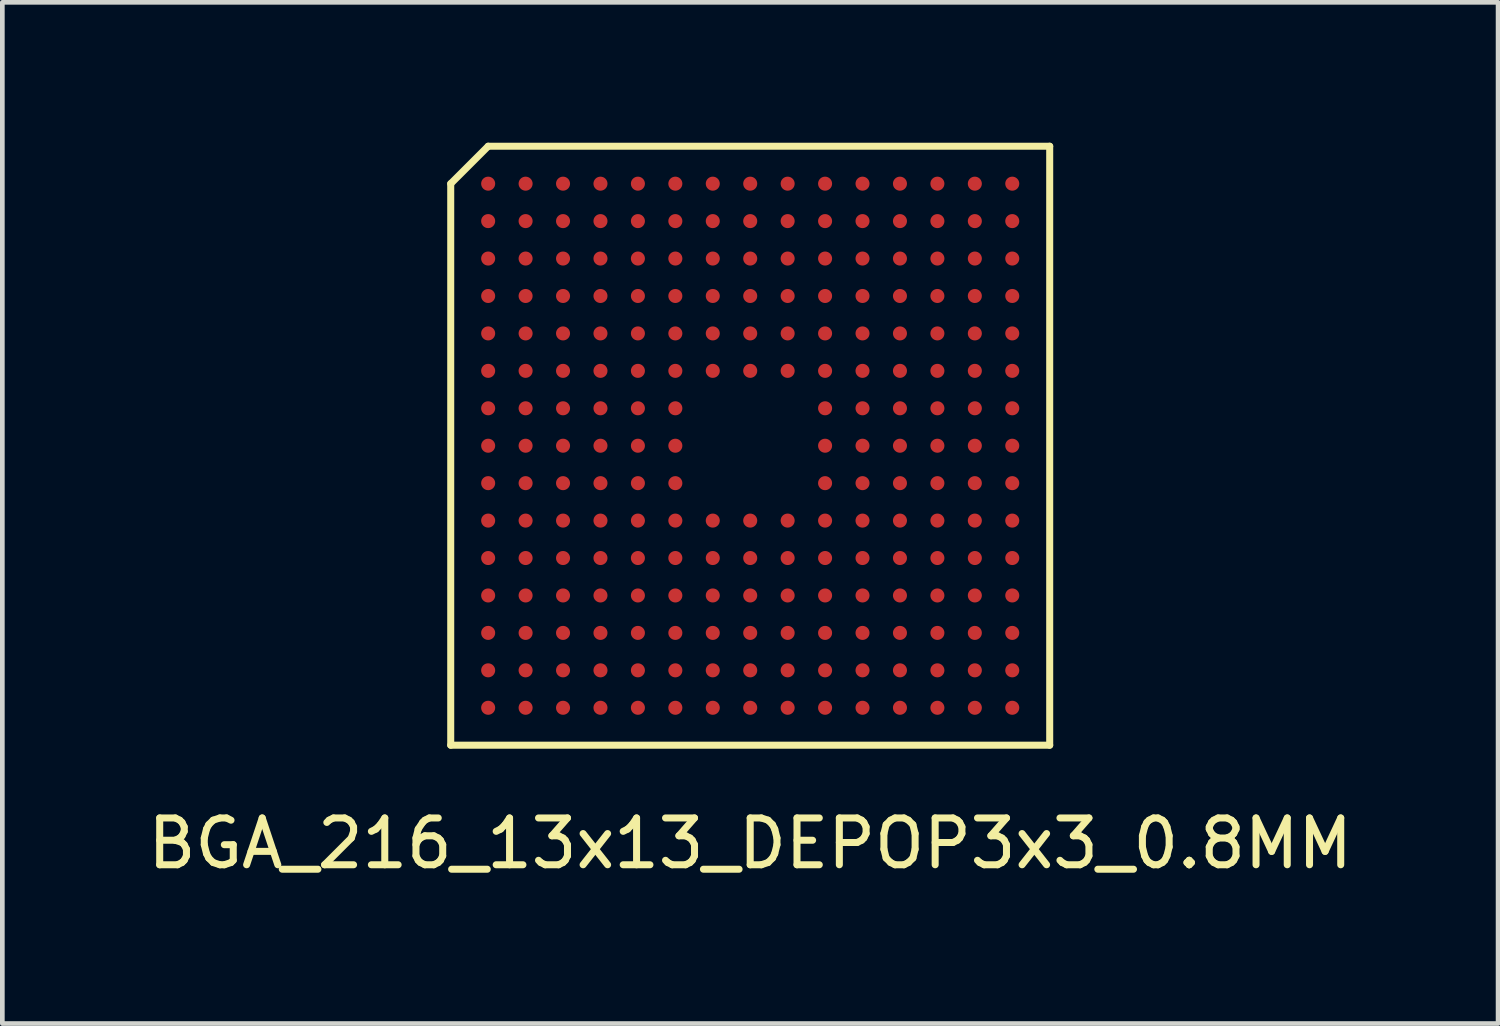
<source format=kicad_pcb>
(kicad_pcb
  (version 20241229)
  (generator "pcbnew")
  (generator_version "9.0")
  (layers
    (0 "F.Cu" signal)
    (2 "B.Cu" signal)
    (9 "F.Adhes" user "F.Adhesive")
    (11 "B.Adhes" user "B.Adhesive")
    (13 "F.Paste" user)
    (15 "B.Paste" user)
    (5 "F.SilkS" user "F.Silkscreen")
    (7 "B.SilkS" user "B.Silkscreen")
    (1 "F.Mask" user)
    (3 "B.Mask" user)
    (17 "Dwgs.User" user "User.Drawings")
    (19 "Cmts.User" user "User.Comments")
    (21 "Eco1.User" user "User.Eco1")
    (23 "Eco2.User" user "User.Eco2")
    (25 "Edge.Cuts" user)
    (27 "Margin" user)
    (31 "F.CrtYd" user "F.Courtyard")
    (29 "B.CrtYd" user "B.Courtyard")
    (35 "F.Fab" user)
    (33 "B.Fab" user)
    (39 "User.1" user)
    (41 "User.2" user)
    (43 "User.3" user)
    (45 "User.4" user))
  (footprint "BGA_216_13x13_DEPOP3x3_0.8MM"
    (layer "F.Cu")
    (at 12.982 6.475)
    (property "Reference" "BGA_216_13x13_DEPOP3x3_0.8MM" (at 0 8.5 0) (layer "F.SilkS") (effects (font (size 1 1) (thickness 0.15))))
    (attr through_hole)
    (fp_line (start -6.4 -5.6) (end -6.4 6.4) (stroke (width 0.15) (type solid)) (layer "F.SilkS"))
    (fp_line (start -6.4 6.4) (end 6.4 6.4) (stroke (width 0.15) (type solid)) (layer "F.SilkS"))
    (fp_line (start -5.6 -6.4) (end -6.4 -5.6) (stroke (width 0.15) (type solid)) (layer "F.SilkS"))
    (fp_line (start 6.4 -6.4) (end -5.6 -6.4) (stroke (width 0.15) (type solid)) (layer "F.SilkS"))
    (fp_line (start 6.4 6.4) (end 6.4 -6.4) (stroke (width 0.15) (type solid)) (layer "F.SilkS"))
    (pad "A1" smd circle (at -5.6 -5.6) (size 0.3 0.3) (layers "F.Cu" "F.Mask" "F.Paste"))
    (pad "A2" smd circle (at -4.8 -5.6) (size 0.3 0.3) (layers "F.Cu" "F.Mask" "F.Paste"))
    (pad "A3" smd circle (at -4 -5.6) (size 0.3 0.3) (layers "F.Cu" "F.Mask" "F.Paste"))
    (pad "A4" smd circle (at -3.2 -5.6) (size 0.3 0.3) (layers "F.Cu" "F.Mask" "F.Paste"))
    (pad "A5" smd circle (at -2.4 -5.6) (size 0.3 0.3) (layers "F.Cu" "F.Mask" "F.Paste"))
    (pad "A6" smd circle (at -1.6 -5.6) (size 0.3 0.3) (layers "F.Cu" "F.Mask" "F.Paste"))
    (pad "A7" smd circle (at -0.8 -5.6) (size 0.3 0.3) (layers "F.Cu" "F.Mask" "F.Paste"))
    (pad "A8" smd circle (at 0 -5.6) (size 0.3 0.3) (layers "F.Cu" "F.Mask" "F.Paste"))
    (pad "A9" smd circle (at 0.8 -5.6) (size 0.3 0.3) (layers "F.Cu" "F.Mask" "F.Paste"))
    (pad "A10" smd circle (at 1.6 -5.6) (size 0.3 0.3) (layers "F.Cu" "F.Mask" "F.Paste"))
    (pad "A11" smd circle (at 2.4 -5.6) (size 0.3 0.3) (layers "F.Cu" "F.Mask" "F.Paste"))
    (pad "A12" smd circle (at 3.2 -5.6) (size 0.3 0.3) (layers "F.Cu" "F.Mask" "F.Paste"))
    (pad "A13" smd circle (at 4 -5.6) (size 0.3 0.3) (layers "F.Cu" "F.Mask" "F.Paste"))
    (pad "A14" smd circle (at 4.8 -5.6) (size 0.3 0.3) (layers "F.Cu" "F.Mask" "F.Paste"))
    (pad "A15" smd circle (at 5.6 -5.6) (size 0.3 0.3) (layers "F.Cu" "F.Mask" "F.Paste"))
    (pad "B1" smd circle (at -5.6 -4.8) (size 0.3 0.3) (layers "F.Cu" "F.Mask" "F.Paste"))
    (pad "B2" smd circle (at -4.8 -4.8) (size 0.3 0.3) (layers "F.Cu" "F.Mask" "F.Paste"))
    (pad "B3" smd circle (at -4 -4.8) (size 0.3 0.3) (layers "F.Cu" "F.Mask" "F.Paste"))
    (pad "B4" smd circle (at -3.2 -4.8) (size 0.3 0.3) (layers "F.Cu" "F.Mask" "F.Paste"))
    (pad "B5" smd circle (at -2.4 -4.8) (size 0.3 0.3) (layers "F.Cu" "F.Mask" "F.Paste"))
    (pad "B6" smd circle (at -1.6 -4.8) (size 0.3 0.3) (layers "F.Cu" "F.Mask" "F.Paste"))
    (pad "B7" smd circle (at -0.8 -4.8) (size 0.3 0.3) (layers "F.Cu" "F.Mask" "F.Paste"))
    (pad "B8" smd circle (at 0 -4.8) (size 0.3 0.3) (layers "F.Cu" "F.Mask" "F.Paste"))
    (pad "B9" smd circle (at 0.8 -4.8) (size 0.3 0.3) (layers "F.Cu" "F.Mask" "F.Paste"))
    (pad "B10" smd circle (at 1.6 -4.8) (size 0.3 0.3) (layers "F.Cu" "F.Mask" "F.Paste"))
    (pad "B11" smd circle (at 2.4 -4.8) (size 0.3 0.3) (layers "F.Cu" "F.Mask" "F.Paste"))
    (pad "B12" smd circle (at 3.2 -4.8) (size 0.3 0.3) (layers "F.Cu" "F.Mask" "F.Paste"))
    (pad "B13" smd circle (at 4 -4.8) (size 0.3 0.3) (layers "F.Cu" "F.Mask" "F.Paste"))
    (pad "B14" smd circle (at 4.8 -4.8) (size 0.3 0.3) (layers "F.Cu" "F.Mask" "F.Paste"))
    (pad "B15" smd circle (at 5.6 -4.8) (size 0.3 0.3) (layers "F.Cu" "F.Mask" "F.Paste"))
    (pad "C1" smd circle (at -5.6 -4) (size 0.3 0.3) (layers "F.Cu" "F.Mask" "F.Paste"))
    (pad "C2" smd circle (at -4.8 -4) (size 0.3 0.3) (layers "F.Cu" "F.Mask" "F.Paste"))
    (pad "C3" smd circle (at -4 -4) (size 0.3 0.3) (layers "F.Cu" "F.Mask" "F.Paste"))
    (pad "C4" smd circle (at -3.2 -4) (size 0.3 0.3) (layers "F.Cu" "F.Mask" "F.Paste"))
    (pad "C5" smd circle (at -2.4 -4) (size 0.3 0.3) (layers "F.Cu" "F.Mask" "F.Paste"))
    (pad "C6" smd circle (at -1.6 -4) (size 0.3 0.3) (layers "F.Cu" "F.Mask" "F.Paste"))
    (pad "C7" smd circle (at -0.8 -4) (size 0.3 0.3) (layers "F.Cu" "F.Mask" "F.Paste"))
    (pad "C8" smd circle (at 0 -4) (size 0.3 0.3) (layers "F.Cu" "F.Mask" "F.Paste"))
    (pad "C9" smd circle (at 0.8 -4) (size 0.3 0.3) (layers "F.Cu" "F.Mask" "F.Paste"))
    (pad "C10" smd circle (at 1.6 -4) (size 0.3 0.3) (layers "F.Cu" "F.Mask" "F.Paste"))
    (pad "C11" smd circle (at 2.4 -4) (size 0.3 0.3) (layers "F.Cu" "F.Mask" "F.Paste"))
    (pad "C12" smd circle (at 3.2 -4) (size 0.3 0.3) (layers "F.Cu" "F.Mask" "F.Paste"))
    (pad "C13" smd circle (at 4 -4) (size 0.3 0.3) (layers "F.Cu" "F.Mask" "F.Paste"))
    (pad "C14" smd circle (at 4.8 -4) (size 0.3 0.3) (layers "F.Cu" "F.Mask" "F.Paste"))
    (pad "C15" smd circle (at 5.6 -4) (size 0.3 0.3) (layers "F.Cu" "F.Mask" "F.Paste"))
    (pad "D1" smd circle (at -5.6 -3.2) (size 0.3 0.3) (layers "F.Cu" "F.Mask" "F.Paste"))
    (pad "D2" smd circle (at -4.8 -3.2) (size 0.3 0.3) (layers "F.Cu" "F.Mask" "F.Paste"))
    (pad "D3" smd circle (at -4 -3.2) (size 0.3 0.3) (layers "F.Cu" "F.Mask" "F.Paste"))
    (pad "D4" smd circle (at -3.2 -3.2) (size 0.3 0.3) (layers "F.Cu" "F.Mask" "F.Paste"))
    (pad "D5" smd circle (at -2.4 -3.2) (size 0.3 0.3) (layers "F.Cu" "F.Mask" "F.Paste"))
    (pad "D6" smd circle (at -1.6 -3.2) (size 0.3 0.3) (layers "F.Cu" "F.Mask" "F.Paste"))
    (pad "D7" smd circle (at -0.8 -3.2) (size 0.3 0.3) (layers "F.Cu" "F.Mask" "F.Paste"))
    (pad "D8" smd circle (at 0 -3.2) (size 0.3 0.3) (layers "F.Cu" "F.Mask" "F.Paste"))
    (pad "D9" smd circle (at 0.8 -3.2) (size 0.3 0.3) (layers "F.Cu" "F.Mask" "F.Paste"))
    (pad "D10" smd circle (at 1.6 -3.2) (size 0.3 0.3) (layers "F.Cu" "F.Mask" "F.Paste"))
    (pad "D11" smd circle (at 2.4 -3.2) (size 0.3 0.3) (layers "F.Cu" "F.Mask" "F.Paste"))
    (pad "D12" smd circle (at 3.2 -3.2) (size 0.3 0.3) (layers "F.Cu" "F.Mask" "F.Paste"))
    (pad "D13" smd circle (at 4 -3.2) (size 0.3 0.3) (layers "F.Cu" "F.Mask" "F.Paste"))
    (pad "D14" smd circle (at 4.8 -3.2) (size 0.3 0.3) (layers "F.Cu" "F.Mask" "F.Paste"))
    (pad "D15" smd circle (at 5.6 -3.2) (size 0.3 0.3) (layers "F.Cu" "F.Mask" "F.Paste"))
    (pad "E1" smd circle (at -5.6 -2.4) (size 0.3 0.3) (layers "F.Cu" "F.Mask" "F.Paste"))
    (pad "E2" smd circle (at -4.8 -2.4) (size 0.3 0.3) (layers "F.Cu" "F.Mask" "F.Paste"))
    (pad "E3" smd circle (at -4 -2.4) (size 0.3 0.3) (layers "F.Cu" "F.Mask" "F.Paste"))
    (pad "E4" smd circle (at -3.2 -2.4) (size 0.3 0.3) (layers "F.Cu" "F.Mask" "F.Paste"))
    (pad "E5" smd circle (at -2.4 -2.4) (size 0.3 0.3) (layers "F.Cu" "F.Mask" "F.Paste"))
    (pad "E6" smd circle (at -1.6 -2.4) (size 0.3 0.3) (layers "F.Cu" "F.Mask" "F.Paste"))
    (pad "E7" smd circle (at -0.8 -2.4) (size 0.3 0.3) (layers "F.Cu" "F.Mask" "F.Paste"))
    (pad "E8" smd circle (at 0 -2.4) (size 0.3 0.3) (layers "F.Cu" "F.Mask" "F.Paste"))
    (pad "E9" smd circle (at 0.8 -2.4) (size 0.3 0.3) (layers "F.Cu" "F.Mask" "F.Paste"))
    (pad "E10" smd circle (at 1.6 -2.4) (size 0.3 0.3) (layers "F.Cu" "F.Mask" "F.Paste"))
    (pad "E11" smd circle (at 2.4 -2.4) (size 0.3 0.3) (layers "F.Cu" "F.Mask" "F.Paste"))
    (pad "E12" smd circle (at 3.2 -2.4) (size 0.3 0.3) (layers "F.Cu" "F.Mask" "F.Paste"))
    (pad "E13" smd circle (at 4 -2.4) (size 0.3 0.3) (layers "F.Cu" "F.Mask" "F.Paste"))
    (pad "E14" smd circle (at 4.8 -2.4) (size 0.3 0.3) (layers "F.Cu" "F.Mask" "F.Paste"))
    (pad "E15" smd circle (at 5.6 -2.4) (size 0.3 0.3) (layers "F.Cu" "F.Mask" "F.Paste"))
    (pad "F1" smd circle (at -5.6 -1.6) (size 0.3 0.3) (layers "F.Cu" "F.Mask" "F.Paste"))
    (pad "F2" smd circle (at -4.8 -1.6) (size 0.3 0.3) (layers "F.Cu" "F.Mask" "F.Paste"))
    (pad "F3" smd circle (at -4 -1.6) (size 0.3 0.3) (layers "F.Cu" "F.Mask" "F.Paste"))
    (pad "F4" smd circle (at -3.2 -1.6) (size 0.3 0.3) (layers "F.Cu" "F.Mask" "F.Paste"))
    (pad "F5" smd circle (at -2.4 -1.6) (size 0.3 0.3) (layers "F.Cu" "F.Mask" "F.Paste"))
    (pad "F6" smd circle (at -1.6 -1.6) (size 0.3 0.3) (layers "F.Cu" "F.Mask" "F.Paste"))
    (pad "F7" smd circle (at -0.8 -1.6) (size 0.3 0.3) (layers "F.Cu" "F.Mask" "F.Paste"))
    (pad "F8" smd circle (at 0 -1.6) (size 0.3 0.3) (layers "F.Cu" "F.Mask" "F.Paste"))
    (pad "F9" smd circle (at 0.8 -1.6) (size 0.3 0.3) (layers "F.Cu" "F.Mask" "F.Paste"))
    (pad "F10" smd circle (at 1.6 -1.6) (size 0.3 0.3) (layers "F.Cu" "F.Mask" "F.Paste"))
    (pad "F11" smd circle (at 2.4 -1.6) (size 0.3 0.3) (layers "F.Cu" "F.Mask" "F.Paste"))
    (pad "F12" smd circle (at 3.2 -1.6) (size 0.3 0.3) (layers "F.Cu" "F.Mask" "F.Paste"))
    (pad "F13" smd circle (at 4 -1.6) (size 0.3 0.3) (layers "F.Cu" "F.Mask" "F.Paste"))
    (pad "F14" smd circle (at 4.8 -1.6) (size 0.3 0.3) (layers "F.Cu" "F.Mask" "F.Paste"))
    (pad "F15" smd circle (at 5.6 -1.6) (size 0.3 0.3) (layers "F.Cu" "F.Mask" "F.Paste"))
    (pad "G1" smd circle (at -5.6 -0.8) (size 0.3 0.3) (layers "F.Cu" "F.Mask" "F.Paste"))
    (pad "G2" smd circle (at -4.8 -0.8) (size 0.3 0.3) (layers "F.Cu" "F.Mask" "F.Paste"))
    (pad "G3" smd circle (at -4 -0.8) (size 0.3 0.3) (layers "F.Cu" "F.Mask" "F.Paste"))
    (pad "G4" smd circle (at -3.2 -0.8) (size 0.3 0.3) (layers "F.Cu" "F.Mask" "F.Paste"))
    (pad "G5" smd circle (at -2.4 -0.8) (size 0.3 0.3) (layers "F.Cu" "F.Mask" "F.Paste"))
    (pad "G6" smd circle (at -1.6 -0.8) (size 0.3 0.3) (layers "F.Cu" "F.Mask" "F.Paste"))
    (pad "G10" smd circle (at 1.6 -0.8) (size 0.3 0.3) (layers "F.Cu" "F.Mask" "F.Paste"))
    (pad "G11" smd circle (at 2.4 -0.8) (size 0.3 0.3) (layers "F.Cu" "F.Mask" "F.Paste"))
    (pad "G12" smd circle (at 3.2 -0.8) (size 0.3 0.3) (layers "F.Cu" "F.Mask" "F.Paste"))
    (pad "G13" smd circle (at 4 -0.8) (size 0.3 0.3) (layers "F.Cu" "F.Mask" "F.Paste"))
    (pad "G14" smd circle (at 4.8 -0.8) (size 0.3 0.3) (layers "F.Cu" "F.Mask" "F.Paste"))
    (pad "G15" smd circle (at 5.6 -0.8) (size 0.3 0.3) (layers "F.Cu" "F.Mask" "F.Paste"))
    (pad "H1" smd circle (at -5.6 0) (size 0.3 0.3) (layers "F.Cu" "F.Mask" "F.Paste"))
    (pad "H2" smd circle (at -4.8 0) (size 0.3 0.3) (layers "F.Cu" "F.Mask" "F.Paste"))
    (pad "H3" smd circle (at -4 0) (size 0.3 0.3) (layers "F.Cu" "F.Mask" "F.Paste"))
    (pad "H4" smd circle (at -3.2 0) (size 0.3 0.3) (layers "F.Cu" "F.Mask" "F.Paste"))
    (pad "H5" smd circle (at -2.4 0) (size 0.3 0.3) (layers "F.Cu" "F.Mask" "F.Paste"))
    (pad "H6" smd circle (at -1.6 0) (size 0.3 0.3) (layers "F.Cu" "F.Mask" "F.Paste"))
    (pad "H10" smd circle (at 1.6 0) (size 0.3 0.3) (layers "F.Cu" "F.Mask" "F.Paste"))
    (pad "H11" smd circle (at 2.4 0) (size 0.3 0.3) (layers "F.Cu" "F.Mask" "F.Paste"))
    (pad "H12" smd circle (at 3.2 0) (size 0.3 0.3) (layers "F.Cu" "F.Mask" "F.Paste"))
    (pad "H13" smd circle (at 4 0) (size 0.3 0.3) (layers "F.Cu" "F.Mask" "F.Paste"))
    (pad "H14" smd circle (at 4.8 0) (size 0.3 0.3) (layers "F.Cu" "F.Mask" "F.Paste"))
    (pad "H15" smd circle (at 5.6 0) (size 0.3 0.3) (layers "F.Cu" "F.Mask" "F.Paste"))
    (pad "J1" smd circle (at -5.6 0.8) (size 0.3 0.3) (layers "F.Cu" "F.Mask" "F.Paste"))
    (pad "J2" smd circle (at -4.8 0.8) (size 0.3 0.3) (layers "F.Cu" "F.Mask" "F.Paste"))
    (pad "J3" smd circle (at -4 0.8) (size 0.3 0.3) (layers "F.Cu" "F.Mask" "F.Paste"))
    (pad "J4" smd circle (at -3.2 0.8) (size 0.3 0.3) (layers "F.Cu" "F.Mask" "F.Paste"))
    (pad "J5" smd circle (at -2.4 0.8) (size 0.3 0.3) (layers "F.Cu" "F.Mask" "F.Paste"))
    (pad "J6" smd circle (at -1.6 0.8) (size 0.3 0.3) (layers "F.Cu" "F.Mask" "F.Paste"))
    (pad "J10" smd circle (at 1.6 0.8) (size 0.3 0.3) (layers "F.Cu" "F.Mask" "F.Paste"))
    (pad "J11" smd circle (at 2.4 0.8) (size 0.3 0.3) (layers "F.Cu" "F.Mask" "F.Paste"))
    (pad "J12" smd circle (at 3.2 0.8) (size 0.3 0.3) (layers "F.Cu" "F.Mask" "F.Paste"))
    (pad "J13" smd circle (at 4 0.8) (size 0.3 0.3) (layers "F.Cu" "F.Mask" "F.Paste"))
    (pad "J14" smd circle (at 4.8 0.8) (size 0.3 0.3) (layers "F.Cu" "F.Mask" "F.Paste"))
    (pad "J15" smd circle (at 5.6 0.8) (size 0.3 0.3) (layers "F.Cu" "F.Mask" "F.Paste"))
    (pad "K1" smd circle (at -5.6 1.6) (size 0.3 0.3) (layers "F.Cu" "F.Mask" "F.Paste"))
    (pad "K2" smd circle (at -4.8 1.6) (size 0.3 0.3) (layers "F.Cu" "F.Mask" "F.Paste"))
    (pad "K3" smd circle (at -4 1.6) (size 0.3 0.3) (layers "F.Cu" "F.Mask" "F.Paste"))
    (pad "K4" smd circle (at -3.2 1.6) (size 0.3 0.3) (layers "F.Cu" "F.Mask" "F.Paste"))
    (pad "K5" smd circle (at -2.4 1.6) (size 0.3 0.3) (layers "F.Cu" "F.Mask" "F.Paste"))
    (pad "K6" smd circle (at -1.6 1.6) (size 0.3 0.3) (layers "F.Cu" "F.Mask" "F.Paste"))
    (pad "K7" smd circle (at -0.8 1.6) (size 0.3 0.3) (layers "F.Cu" "F.Mask" "F.Paste"))
    (pad "K8" smd circle (at 0 1.6) (size 0.3 0.3) (layers "F.Cu" "F.Mask" "F.Paste"))
    (pad "K9" smd circle (at 0.8 1.6) (size 0.3 0.3) (layers "F.Cu" "F.Mask" "F.Paste"))
    (pad "K10" smd circle (at 1.6 1.6) (size 0.3 0.3) (layers "F.Cu" "F.Mask" "F.Paste"))
    (pad "K11" smd circle (at 2.4 1.6) (size 0.3 0.3) (layers "F.Cu" "F.Mask" "F.Paste"))
    (pad "K12" smd circle (at 3.2 1.6) (size 0.3 0.3) (layers "F.Cu" "F.Mask" "F.Paste"))
    (pad "K13" smd circle (at 4 1.6) (size 0.3 0.3) (layers "F.Cu" "F.Mask" "F.Paste"))
    (pad "K14" smd circle (at 4.8 1.6) (size 0.3 0.3) (layers "F.Cu" "F.Mask" "F.Paste"))
    (pad "K15" smd circle (at 5.6 1.6) (size 0.3 0.3) (layers "F.Cu" "F.Mask" "F.Paste"))
    (pad "L1" smd circle (at -5.6 2.4) (size 0.3 0.3) (layers "F.Cu" "F.Mask" "F.Paste"))
    (pad "L2" smd circle (at -4.8 2.4) (size 0.3 0.3) (layers "F.Cu" "F.Mask" "F.Paste"))
    (pad "L3" smd circle (at -4 2.4) (size 0.3 0.3) (layers "F.Cu" "F.Mask" "F.Paste"))
    (pad "L4" smd circle (at -3.2 2.4) (size 0.3 0.3) (layers "F.Cu" "F.Mask" "F.Paste"))
    (pad "L5" smd circle (at -2.4 2.4) (size 0.3 0.3) (layers "F.Cu" "F.Mask" "F.Paste"))
    (pad "L6" smd circle (at -1.6 2.4) (size 0.3 0.3) (layers "F.Cu" "F.Mask" "F.Paste"))
    (pad "L7" smd circle (at -0.8 2.4) (size 0.3 0.3) (layers "F.Cu" "F.Mask" "F.Paste"))
    (pad "L8" smd circle (at 0 2.4) (size 0.3 0.3) (layers "F.Cu" "F.Mask" "F.Paste"))
    (pad "L9" smd circle (at 0.8 2.4) (size 0.3 0.3) (layers "F.Cu" "F.Mask" "F.Paste"))
    (pad "L10" smd circle (at 1.6 2.4) (size 0.3 0.3) (layers "F.Cu" "F.Mask" "F.Paste"))
    (pad "L11" smd circle (at 2.4 2.4) (size 0.3 0.3) (layers "F.Cu" "F.Mask" "F.Paste"))
    (pad "L12" smd circle (at 3.2 2.4) (size 0.3 0.3) (layers "F.Cu" "F.Mask" "F.Paste"))
    (pad "L13" smd circle (at 4 2.4) (size 0.3 0.3) (layers "F.Cu" "F.Mask" "F.Paste"))
    (pad "L14" smd circle (at 4.8 2.4) (size 0.3 0.3) (layers "F.Cu" "F.Mask" "F.Paste"))
    (pad "L15" smd circle (at 5.6 2.4) (size 0.3 0.3) (layers "F.Cu" "F.Mask" "F.Paste"))
    (pad "M1" smd circle (at -5.6 3.2) (size 0.3 0.3) (layers "F.Cu" "F.Mask" "F.Paste"))
    (pad "M2" smd circle (at -4.8 3.2) (size 0.3 0.3) (layers "F.Cu" "F.Mask" "F.Paste"))
    (pad "M3" smd circle (at -4 3.2) (size 0.3 0.3) (layers "F.Cu" "F.Mask" "F.Paste"))
    (pad "M4" smd circle (at -3.2 3.2) (size 0.3 0.3) (layers "F.Cu" "F.Mask" "F.Paste"))
    (pad "M5" smd circle (at -2.4 3.2) (size 0.3 0.3) (layers "F.Cu" "F.Mask" "F.Paste"))
    (pad "M6" smd circle (at -1.6 3.2) (size 0.3 0.3) (layers "F.Cu" "F.Mask" "F.Paste"))
    (pad "M7" smd circle (at -0.8 3.2) (size 0.3 0.3) (layers "F.Cu" "F.Mask" "F.Paste"))
    (pad "M8" smd circle (at 0 3.2) (size 0.3 0.3) (layers "F.Cu" "F.Mask" "F.Paste"))
    (pad "M9" smd circle (at 0.8 3.2) (size 0.3 0.3) (layers "F.Cu" "F.Mask" "F.Paste"))
    (pad "M10" smd circle (at 1.6 3.2) (size 0.3 0.3) (layers "F.Cu" "F.Mask" "F.Paste"))
    (pad "M11" smd circle (at 2.4 3.2) (size 0.3 0.3) (layers "F.Cu" "F.Mask" "F.Paste"))
    (pad "M12" smd circle (at 3.2 3.2) (size 0.3 0.3) (layers "F.Cu" "F.Mask" "F.Paste"))
    (pad "M13" smd circle (at 4 3.2) (size 0.3 0.3) (layers "F.Cu" "F.Mask" "F.Paste"))
    (pad "M14" smd circle (at 4.8 3.2) (size 0.3 0.3) (layers "F.Cu" "F.Mask" "F.Paste"))
    (pad "M15" smd circle (at 5.6 3.2) (size 0.3 0.3) (layers "F.Cu" "F.Mask" "F.Paste"))
    (pad "N1" smd circle (at -5.6 4) (size 0.3 0.3) (layers "F.Cu" "F.Mask" "F.Paste"))
    (pad "N2" smd circle (at -4.8 4) (size 0.3 0.3) (layers "F.Cu" "F.Mask" "F.Paste"))
    (pad "N3" smd circle (at -4 4) (size 0.3 0.3) (layers "F.Cu" "F.Mask" "F.Paste"))
    (pad "N4" smd circle (at -3.2 4) (size 0.3 0.3) (layers "F.Cu" "F.Mask" "F.Paste"))
    (pad "N5" smd circle (at -2.4 4) (size 0.3 0.3) (layers "F.Cu" "F.Mask" "F.Paste"))
    (pad "N6" smd circle (at -1.6 4) (size 0.3 0.3) (layers "F.Cu" "F.Mask" "F.Paste"))
    (pad "N7" smd circle (at -0.8 4) (size 0.3 0.3) (layers "F.Cu" "F.Mask" "F.Paste"))
    (pad "N8" smd circle (at 0 4) (size 0.3 0.3) (layers "F.Cu" "F.Mask" "F.Paste"))
    (pad "N9" smd circle (at 0.8 4) (size 0.3 0.3) (layers "F.Cu" "F.Mask" "F.Paste"))
    (pad "N10" smd circle (at 1.6 4) (size 0.3 0.3) (layers "F.Cu" "F.Mask" "F.Paste"))
    (pad "N11" smd circle (at 2.4 4) (size 0.3 0.3) (layers "F.Cu" "F.Mask" "F.Paste"))
    (pad "N12" smd circle (at 3.2 4) (size 0.3 0.3) (layers "F.Cu" "F.Mask" "F.Paste"))
    (pad "N13" smd circle (at 4 4) (size 0.3 0.3) (layers "F.Cu" "F.Mask" "F.Paste"))
    (pad "N14" smd circle (at 4.8 4) (size 0.3 0.3) (layers "F.Cu" "F.Mask" "F.Paste"))
    (pad "N15" smd circle (at 5.6 4) (size 0.3 0.3) (layers "F.Cu" "F.Mask" "F.Paste"))
    (pad "P1" smd circle (at -5.6 4.8) (size 0.3 0.3) (layers "F.Cu" "F.Mask" "F.Paste"))
    (pad "P2" smd circle (at -4.8 4.8) (size 0.3 0.3) (layers "F.Cu" "F.Mask" "F.Paste"))
    (pad "P3" smd circle (at -4 4.8) (size 0.3 0.3) (layers "F.Cu" "F.Mask" "F.Paste"))
    (pad "P4" smd circle (at -3.2 4.8) (size 0.3 0.3) (layers "F.Cu" "F.Mask" "F.Paste"))
    (pad "P5" smd circle (at -2.4 4.8) (size 0.3 0.3) (layers "F.Cu" "F.Mask" "F.Paste"))
    (pad "P6" smd circle (at -1.6 4.8) (size 0.3 0.3) (layers "F.Cu" "F.Mask" "F.Paste"))
    (pad "P7" smd circle (at -0.8 4.8) (size 0.3 0.3) (layers "F.Cu" "F.Mask" "F.Paste"))
    (pad "P8" smd circle (at 0 4.8) (size 0.3 0.3) (layers "F.Cu" "F.Mask" "F.Paste"))
    (pad "P9" smd circle (at 0.8 4.8) (size 0.3 0.3) (layers "F.Cu" "F.Mask" "F.Paste"))
    (pad "P10" smd circle (at 1.6 4.8) (size 0.3 0.3) (layers "F.Cu" "F.Mask" "F.Paste"))
    (pad "P11" smd circle (at 2.4 4.8) (size 0.3 0.3) (layers "F.Cu" "F.Mask" "F.Paste"))
    (pad "P12" smd circle (at 3.2 4.8) (size 0.3 0.3) (layers "F.Cu" "F.Mask" "F.Paste"))
    (pad "P13" smd circle (at 4 4.8) (size 0.3 0.3) (layers "F.Cu" "F.Mask" "F.Paste"))
    (pad "P14" smd circle (at 4.8 4.8) (size 0.3 0.3) (layers "F.Cu" "F.Mask" "F.Paste"))
    (pad "P15" smd circle (at 5.6 4.8) (size 0.3 0.3) (layers "F.Cu" "F.Mask" "F.Paste"))
    (pad "R1" smd circle (at -5.6 5.6) (size 0.3 0.3) (layers "F.Cu" "F.Mask" "F.Paste"))
    (pad "R2" smd circle (at -4.8 5.6) (size 0.3 0.3) (layers "F.Cu" "F.Mask" "F.Paste"))
    (pad "R3" smd circle (at -4 5.6) (size 0.3 0.3) (layers "F.Cu" "F.Mask" "F.Paste"))
    (pad "R4" smd circle (at -3.2 5.6) (size 0.3 0.3) (layers "F.Cu" "F.Mask" "F.Paste"))
    (pad "R5" smd circle (at -2.4 5.6) (size 0.3 0.3) (layers "F.Cu" "F.Mask" "F.Paste"))
    (pad "R6" smd circle (at -1.6 5.6) (size 0.3 0.3) (layers "F.Cu" "F.Mask" "F.Paste"))
    (pad "R7" smd circle (at -0.8 5.6) (size 0.3 0.3) (layers "F.Cu" "F.Mask" "F.Paste"))
    (pad "R8" smd circle (at 0 5.6) (size 0.3 0.3) (layers "F.Cu" "F.Mask" "F.Paste"))
    (pad "R9" smd circle (at 0.8 5.6) (size 0.3 0.3) (layers "F.Cu" "F.Mask" "F.Paste"))
    (pad "R10" smd circle (at 1.6 5.6) (size 0.3 0.3) (layers "F.Cu" "F.Mask" "F.Paste"))
    (pad "R11" smd circle (at 2.4 5.6) (size 0.3 0.3) (layers "F.Cu" "F.Mask" "F.Paste"))
    (pad "R12" smd circle (at 3.2 5.6) (size 0.3 0.3) (layers "F.Cu" "F.Mask" "F.Paste"))
    (pad "R13" smd circle (at 4 5.6) (size 0.3 0.3) (layers "F.Cu" "F.Mask" "F.Paste"))
    (pad "R14" smd circle (at 4.8 5.6) (size 0.3 0.3) (layers "F.Cu" "F.Mask" "F.Paste"))
    (pad "R15" smd circle (at 5.6 5.6) (size 0.3 0.3) (layers "F.Cu" "F.Mask" "F.Paste")))
  (gr_rect
    (start -3 -3)
    (end 28.964 18.823)
    (stroke (width 0.1) (type default))
    (fill no)
    (layer "Edge.Cuts")))
</source>
